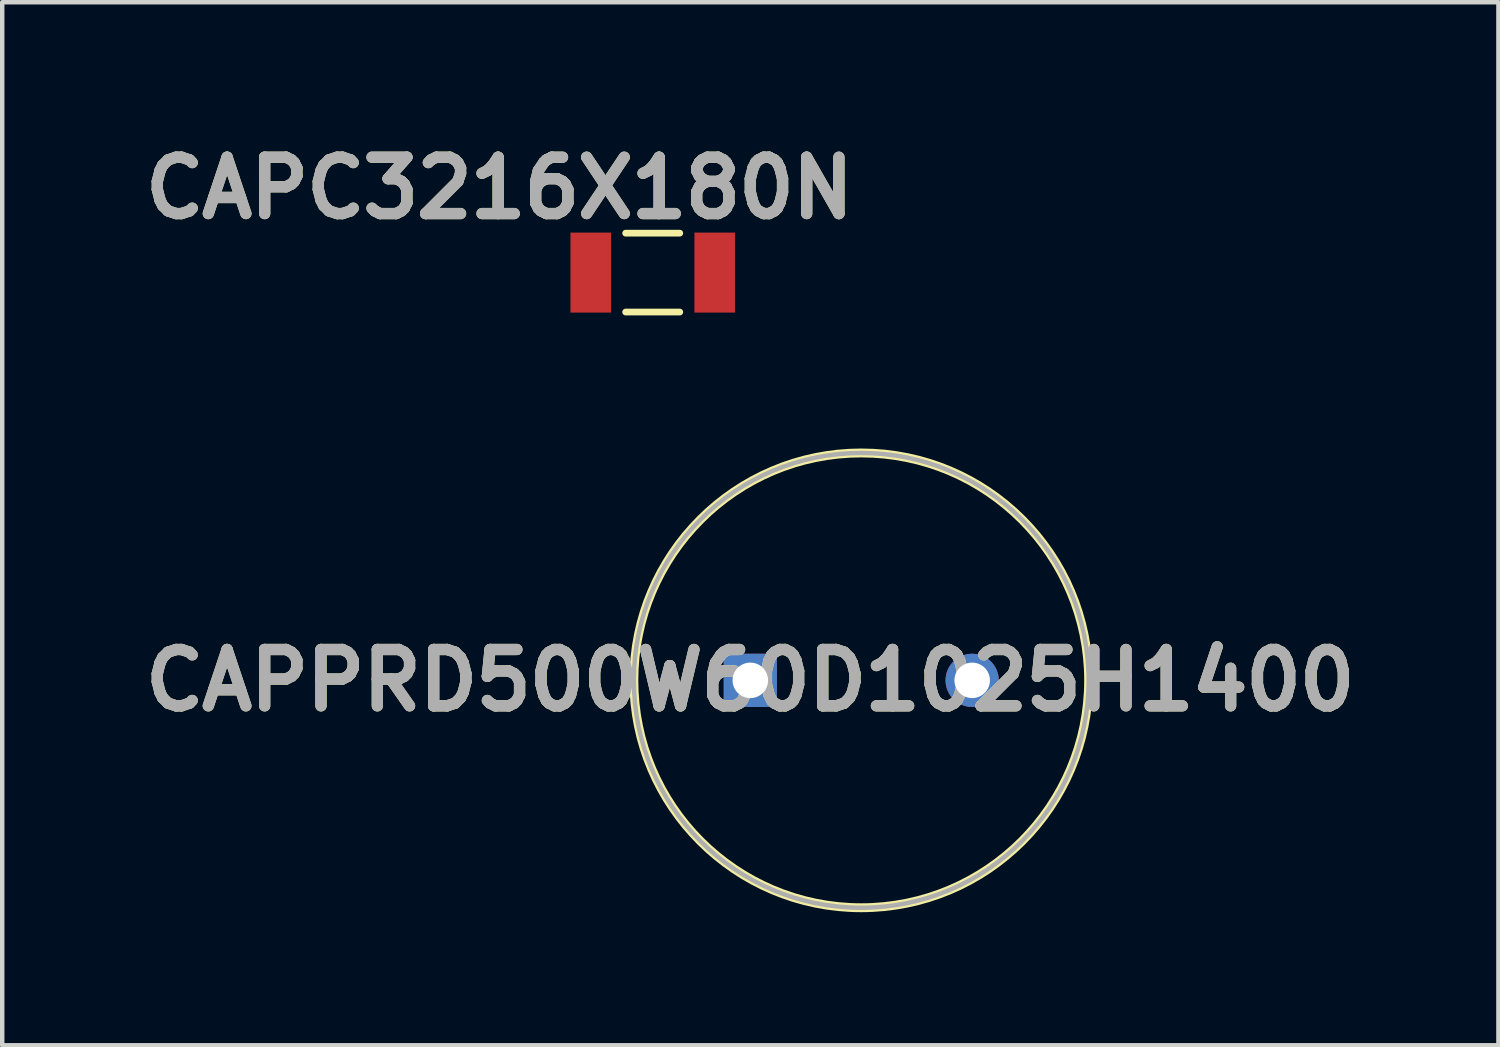
<source format=kicad_pcb>
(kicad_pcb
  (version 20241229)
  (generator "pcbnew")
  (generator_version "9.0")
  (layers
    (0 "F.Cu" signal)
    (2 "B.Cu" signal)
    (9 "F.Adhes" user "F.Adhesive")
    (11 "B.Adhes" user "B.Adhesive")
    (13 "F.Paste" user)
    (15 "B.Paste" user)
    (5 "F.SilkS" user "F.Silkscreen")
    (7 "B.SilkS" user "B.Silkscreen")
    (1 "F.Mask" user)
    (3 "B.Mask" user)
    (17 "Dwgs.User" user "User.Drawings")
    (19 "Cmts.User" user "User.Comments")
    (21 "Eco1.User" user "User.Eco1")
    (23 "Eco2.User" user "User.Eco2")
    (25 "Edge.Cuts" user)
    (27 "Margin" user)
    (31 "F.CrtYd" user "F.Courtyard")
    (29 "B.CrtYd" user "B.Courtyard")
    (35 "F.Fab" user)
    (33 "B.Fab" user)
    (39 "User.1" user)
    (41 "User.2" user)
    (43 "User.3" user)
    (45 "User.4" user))
  (footprint "CAPPRD500W60D1025H1400"
    (layer "F.Cu")
    (at 13.861 12.284)
    (property "Reference" "CAPPRD500W60D1025H1400" (at 0 0 0) (layer "F.SilkS") (effects (font (size 1.27 1.27) (thickness 0.254))))
    (attr through_hole)
    (fp_circle (center 2.5 0) (end 2.5 5.125) (stroke (width 0.2) (type solid)) (fill no) (layer "F.SilkS"))
    (fp_circle (center 2.5 0) (end 2.5 5.125) (stroke (width 0.1) (type solid)) (fill no) (layer "F.Fab"))
    (fp_text user "${REFERENCE}" (at 0 0 0) (layer "F.Fab") (effects (font (size 1.27 1.27) (thickness 0.254))))
    (pad "1" thru_hole rect (at 0 0) (size 1.2 1.2) (drill 0.8) (layers "*.Cu" "*.Mask"))
    (pad "2" thru_hole circle (at 5 0) (size 1.2 1.2) (drill 0.8) (layers "*.Cu" "*.Mask")))
  (footprint "CAPC3216X180N"
    (layer "F.Cu")
    (at 11.661 3.094)
    (property "Reference" "CAPC3216X180N" (at -3.454 -1.905 0) (layer "F.SilkS") (effects (font (size 1.27 1.27) (thickness 0.254))))
    (attr smd)
    (fp_line (start -0.61 0.889) (end 0.61 0.889) (stroke (width 0.152) (type solid)) (layer "F.SilkS"))
    (fp_line (start 0.61 -0.889) (end -0.61 -0.889) (stroke (width 0.152) (type solid)) (layer "F.SilkS"))
    (fp_text user "${REFERENCE}" (at -3.454 -1.905 0) (layer "F.Fab") (effects (font (size 1.27 1.27) (thickness 0.254))))
    (pad "1" smd rect (at -1.397 0) (size 0.914 1.803) (layers "F.Cu" "F.Mask" "F.Paste"))
    (pad "2" smd rect (at 1.397 0) (size 0.914 1.803) (layers "F.Cu" "F.Mask" "F.Paste")))
  (gr_rect
    (start -3 -3)
    (end 30.722 20.509)
    (stroke (width 0.1) (type default))
    (fill no)
    (layer "Edge.Cuts")))
</source>
